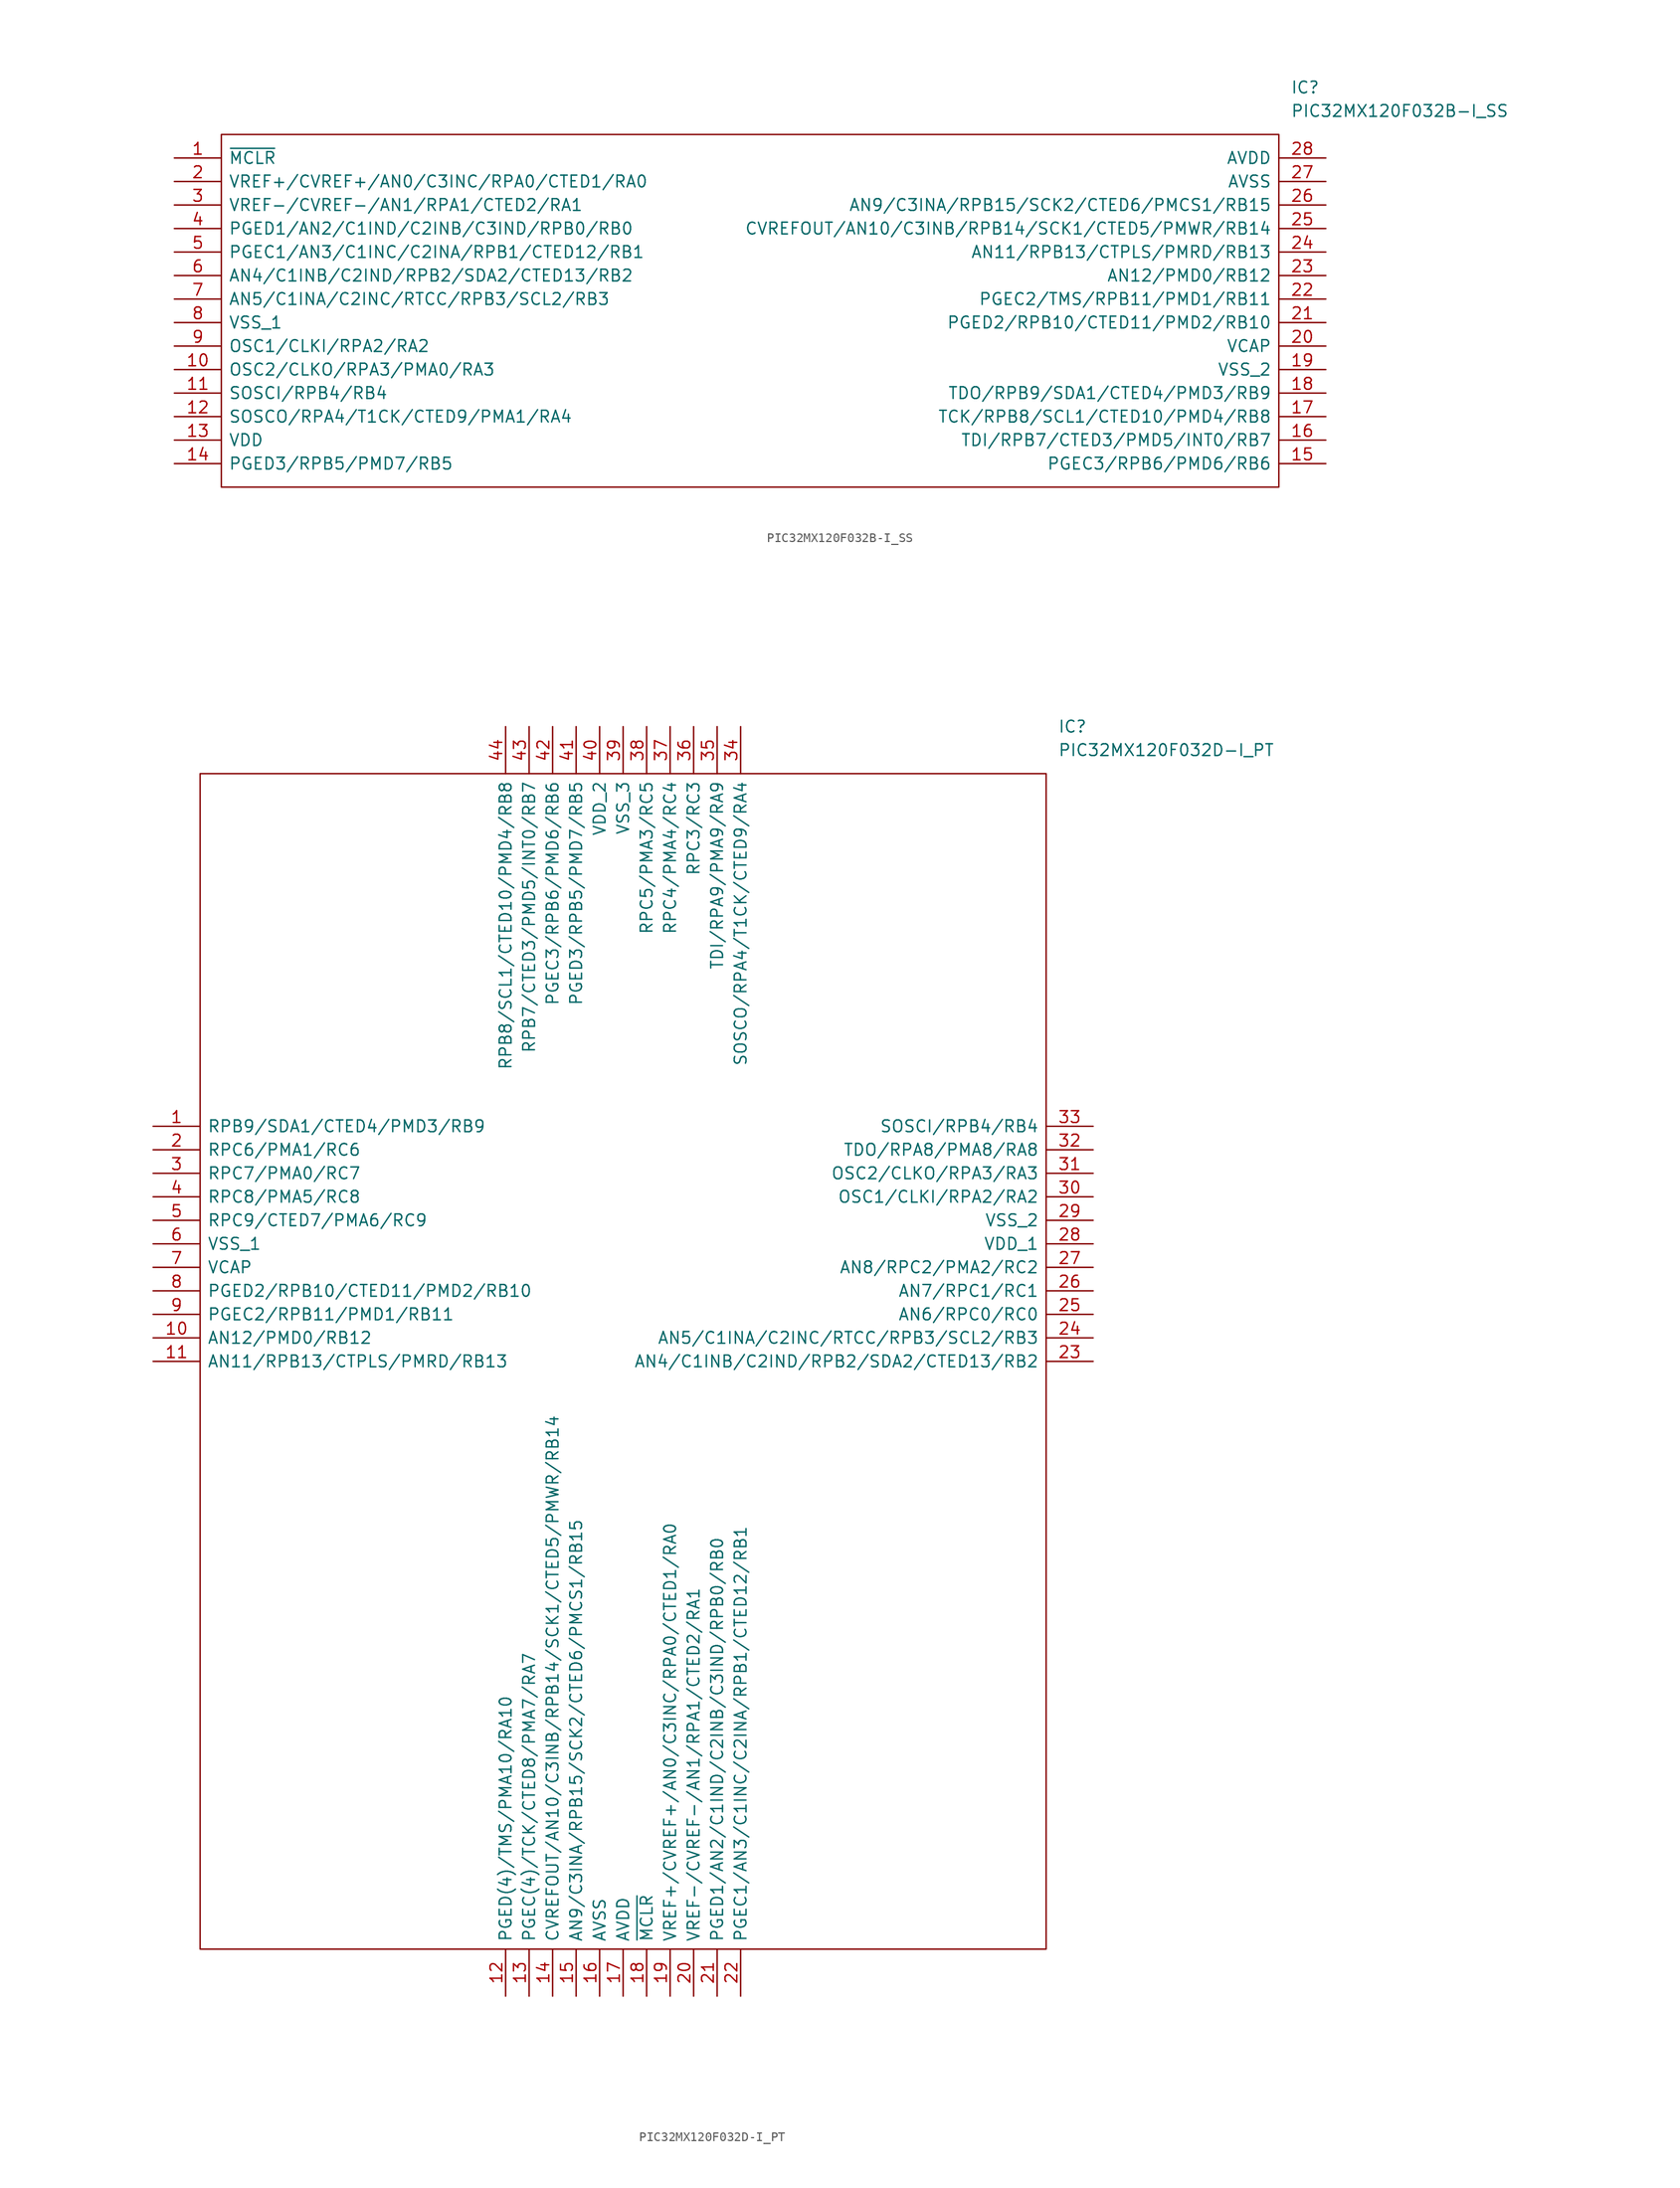
<source format=kicad_sym>
(kicad_symbol_lib
  (version 20211014)
  (generator kicad_symbol_editor)
  (symbol "PIC32MX120F032B-I_SS"
    (pin_names
      (offset 0.762))
    (property "Reference" "IC"
      (at 120.65 7.62 0)
      (effects (font (size 1.27 1.27)) (justify left)))
    (property "Value" "PIC32MX120F032B-I_SS"
      (at 120.65 5.08 0)
      (effects (font (size 1.27 1.27)) (justify left)))
    (symbol "PIC32MX120F032B-I_SS_0_0"
      (pin passive line (at 0 0 0) (length 5.08) (name "~{MCLR}" (effects (font (size 1.27 1.27)))) (number "1" (effects (font (size 1.27 1.27)))))
      (pin passive line (at 0 -22.86 0) (length 5.08) (name "OSC2/CLKO/RPA3/PMA0/RA3" (effects (font (size 1.27 1.27)))) (number "10" (effects (font (size 1.27 1.27)))))
      (pin passive line (at 0 -25.4 0) (length 5.08) (name "SOSCI/RPB4/RB4" (effects (font (size 1.27 1.27)))) (number "11" (effects (font (size 1.27 1.27)))))
      (pin passive line (at 0 -27.94 0) (length 5.08) (name "SOSCO/RPA4/T1CK/CTED9/PMA1/RA4" (effects (font (size 1.27 1.27)))) (number "12" (effects (font (size 1.27 1.27)))))
      (pin passive line (at 0 -30.48 0) (length 5.08) (name "VDD" (effects (font (size 1.27 1.27)))) (number "13" (effects (font (size 1.27 1.27)))))
      (pin passive line (at 0 -33.02 0) (length 5.08) (name "PGED3/RPB5/PMD7/RB5" (effects (font (size 1.27 1.27)))) (number "14" (effects (font (size 1.27 1.27)))))
      (pin passive line (at 124.46 -33.02 180) (length 5.08) (name "PGEC3/RPB6/PMD6/RB6" (effects (font (size 1.27 1.27)))) (number "15" (effects (font (size 1.27 1.27)))))
      (pin passive line (at 124.46 -30.48 180) (length 5.08) (name "TDI/RPB7/CTED3/PMD5/INT0/RB7" (effects (font (size 1.27 1.27)))) (number "16" (effects (font (size 1.27 1.27)))))
      (pin passive line (at 124.46 -27.94 180) (length 5.08) (name "TCK/RPB8/SCL1/CTED10/PMD4/RB8" (effects (font (size 1.27 1.27)))) (number "17" (effects (font (size 1.27 1.27)))))
      (pin passive line (at 124.46 -25.4 180) (length 5.08) (name "TDO/RPB9/SDA1/CTED4/PMD3/RB9" (effects (font (size 1.27 1.27)))) (number "18" (effects (font (size 1.27 1.27)))))
      (pin passive line (at 124.46 -22.86 180) (length 5.08) (name "VSS_2" (effects (font (size 1.27 1.27)))) (number "19" (effects (font (size 1.27 1.27)))))
      (pin passive line (at 0 -2.54 0) (length 5.08) (name "VREF+/CVREF+/AN0/C3INC/RPA0/CTED1/RA0" (effects (font (size 1.27 1.27)))) (number "2" (effects (font (size 1.27 1.27)))))
      (pin passive line (at 124.46 -20.32 180) (length 5.08) (name "VCAP" (effects (font (size 1.27 1.27)))) (number "20" (effects (font (size 1.27 1.27)))))
      (pin passive line (at 124.46 -17.78 180) (length 5.08) (name "PGED2/RPB10/CTED11/PMD2/RB10" (effects (font (size 1.27 1.27)))) (number "21" (effects (font (size 1.27 1.27)))))
      (pin passive line (at 124.46 -15.24 180) (length 5.08) (name "PGEC2/TMS/RPB11/PMD1/RB11" (effects (font (size 1.27 1.27)))) (number "22" (effects (font (size 1.27 1.27)))))
      (pin passive line (at 124.46 -12.7 180) (length 5.08) (name "AN12/PMD0/RB12" (effects (font (size 1.27 1.27)))) (number "23" (effects (font (size 1.27 1.27)))))
      (pin passive line (at 124.46 -10.16 180) (length 5.08) (name "AN11/RPB13/CTPLS/PMRD/RB13" (effects (font (size 1.27 1.27)))) (number "24" (effects (font (size 1.27 1.27)))))
      (pin passive line (at 124.46 -7.62 180) (length 5.08) (name "CVREFOUT/AN10/C3INB/RPB14/SCK1/CTED5/PMWR/RB14" (effects (font (size 1.27 1.27)))) (number "25" (effects (font (size 1.27 1.27)))))
      (pin passive line (at 124.46 -5.08 180) (length 5.08) (name "AN9/C3INA/RPB15/SCK2/CTED6/PMCS1/RB15" (effects (font (size 1.27 1.27)))) (number "26" (effects (font (size 1.27 1.27)))))
      (pin passive line (at 124.46 -2.54 180) (length 5.08) (name "AVSS" (effects (font (size 1.27 1.27)))) (number "27" (effects (font (size 1.27 1.27)))))
      (pin passive line (at 124.46 0 180) (length 5.08) (name "AVDD" (effects (font (size 1.27 1.27)))) (number "28" (effects (font (size 1.27 1.27)))))
      (pin passive line (at 0 -5.08 0) (length 5.08) (name "VREF-/CVREF-/AN1/RPA1/CTED2/RA1" (effects (font (size 1.27 1.27)))) (number "3" (effects (font (size 1.27 1.27)))))
      (pin passive line (at 0 -7.62 0) (length 5.08) (name "PGED1/AN2/C1IND/C2INB/C3IND/RPB0/RB0" (effects (font (size 1.27 1.27)))) (number "4" (effects (font (size 1.27 1.27)))))
      (pin passive line (at 0 -10.16 0) (length 5.08) (name "PGEC1/AN3/C1INC/C2INA/RPB1/CTED12/RB1" (effects (font (size 1.27 1.27)))) (number "5" (effects (font (size 1.27 1.27)))))
      (pin passive line (at 0 -12.7 0) (length 5.08) (name "AN4/C1INB/C2IND/RPB2/SDA2/CTED13/RB2" (effects (font (size 1.27 1.27)))) (number "6" (effects (font (size 1.27 1.27)))))
      (pin passive line (at 0 -15.24 0) (length 5.08) (name "AN5/C1INA/C2INC/RTCC/RPB3/SCL2/RB3" (effects (font (size 1.27 1.27)))) (number "7" (effects (font (size 1.27 1.27)))))
      (pin passive line (at 0 -17.78 0) (length 5.08) (name "VSS_1" (effects (font (size 1.27 1.27)))) (number "8" (effects (font (size 1.27 1.27)))))
      (pin passive line (at 0 -20.32 0) (length 5.08) (name "OSC1/CLKI/RPA2/RA2" (effects (font (size 1.27 1.27)))) (number "9" (effects (font (size 1.27 1.27))))))
    (symbol "PIC32MX120F032B-I_SS_0_1"
      (polyline (pts (xy 5.08 2.54) (xy 119.38 2.54) (xy 119.38 -35.56) (xy 5.08 -35.56) (xy 5.08 2.54)) (stroke (width 0.152) (type default) (color 0 0 0 0)) (fill (type none)))))
  (symbol "PIC32MX120F032D-I_PT"
    (pin_names
      (offset 0.762))
    (property "Reference" "IC"
      (at 97.79 43.18 0)
      (effects (font (size 1.27 1.27)) (justify left)))
    (property "Value" "PIC32MX120F032D-I_PT"
      (at 97.79 40.64 0)
      (effects (font (size 1.27 1.27)) (justify left)))
    (symbol "PIC32MX120F032D-I_PT_0_0"
      (pin passive line (at 0 0 0) (length 5.08) (name "RPB9/SDA1/CTED4/PMD3/RB9" (effects (font (size 1.27 1.27)))) (number "1" (effects (font (size 1.27 1.27)))))
      (pin passive line (at 0 -22.86 0) (length 5.08) (name "AN12/PMD0/RB12" (effects (font (size 1.27 1.27)))) (number "10" (effects (font (size 1.27 1.27)))))
      (pin passive line (at 0 -25.4 0) (length 5.08) (name "AN11/RPB13/CTPLS/PMRD/RB13" (effects (font (size 1.27 1.27)))) (number "11" (effects (font (size 1.27 1.27)))))
      (pin passive line (at 38.1 -93.98 90) (length 5.08) (name "PGED(4)/TMS/PMA10/RA10" (effects (font (size 1.27 1.27)))) (number "12" (effects (font (size 1.27 1.27)))))
      (pin passive line (at 40.64 -93.98 90) (length 5.08) (name "PGEC(4)/TCK/CTED8/PMA7/RA7" (effects (font (size 1.27 1.27)))) (number "13" (effects (font (size 1.27 1.27)))))
      (pin passive line (at 43.18 -93.98 90) (length 5.08) (name "CVREFOUT/AN10/C3INB/RPB14/SCK1/CTED5/PMWR/RB14" (effects (font (size 1.27 1.27)))) (number "14" (effects (font (size 1.27 1.27)))))
      (pin passive line (at 45.72 -93.98 90) (length 5.08) (name "AN9/C3INA/RPB15/SCK2/CTED6/PMCS1/RB15" (effects (font (size 1.27 1.27)))) (number "15" (effects (font (size 1.27 1.27)))))
      (pin passive line (at 48.26 -93.98 90) (length 5.08) (name "AVSS" (effects (font (size 1.27 1.27)))) (number "16" (effects (font (size 1.27 1.27)))))
      (pin passive line (at 50.8 -93.98 90) (length 5.08) (name "AVDD" (effects (font (size 1.27 1.27)))) (number "17" (effects (font (size 1.27 1.27)))))
      (pin passive line (at 53.34 -93.98 90) (length 5.08) (name "~{MCLR}" (effects (font (size 1.27 1.27)))) (number "18" (effects (font (size 1.27 1.27)))))
      (pin passive line (at 55.88 -93.98 90) (length 5.08) (name "VREF+/CVREF+/AN0/C3INC/RPA0/CTED1/RA0" (effects (font (size 1.27 1.27)))) (number "19" (effects (font (size 1.27 1.27)))))
      (pin passive line (at 0 -2.54 0) (length 5.08) (name "RPC6/PMA1/RC6" (effects (font (size 1.27 1.27)))) (number "2" (effects (font (size 1.27 1.27)))))
      (pin passive line (at 58.42 -93.98 90) (length 5.08) (name "VREF-/CVREF-/AN1/RPA1/CTED2/RA1" (effects (font (size 1.27 1.27)))) (number "20" (effects (font (size 1.27 1.27)))))
      (pin passive line (at 60.96 -93.98 90) (length 5.08) (name "PGED1/AN2/C1IND/C2INB/C3IND/RPB0/RB0" (effects (font (size 1.27 1.27)))) (number "21" (effects (font (size 1.27 1.27)))))
      (pin passive line (at 63.5 -93.98 90) (length 5.08) (name "PGEC1/AN3/C1INC/C2INA/RPB1/CTED12/RB1" (effects (font (size 1.27 1.27)))) (number "22" (effects (font (size 1.27 1.27)))))
      (pin passive line (at 101.6 -25.4 180) (length 5.08) (name "AN4/C1INB/C2IND/RPB2/SDA2/CTED13/RB2" (effects (font (size 1.27 1.27)))) (number "23" (effects (font (size 1.27 1.27)))))
      (pin passive line (at 101.6 -22.86 180) (length 5.08) (name "AN5/C1INA/C2INC/RTCC/RPB3/SCL2/RB3" (effects (font (size 1.27 1.27)))) (number "24" (effects (font (size 1.27 1.27)))))
      (pin passive line (at 101.6 -20.32 180) (length 5.08) (name "AN6/RPC0/RC0" (effects (font (size 1.27 1.27)))) (number "25" (effects (font (size 1.27 1.27)))))
      (pin passive line (at 101.6 -17.78 180) (length 5.08) (name "AN7/RPC1/RC1" (effects (font (size 1.27 1.27)))) (number "26" (effects (font (size 1.27 1.27)))))
      (pin passive line (at 101.6 -15.24 180) (length 5.08) (name "AN8/RPC2/PMA2/RC2" (effects (font (size 1.27 1.27)))) (number "27" (effects (font (size 1.27 1.27)))))
      (pin passive line (at 101.6 -12.7 180) (length 5.08) (name "VDD_1" (effects (font (size 1.27 1.27)))) (number "28" (effects (font (size 1.27 1.27)))))
      (pin passive line (at 101.6 -10.16 180) (length 5.08) (name "VSS_2" (effects (font (size 1.27 1.27)))) (number "29" (effects (font (size 1.27 1.27)))))
      (pin passive line (at 0 -5.08 0) (length 5.08) (name "RPC7/PMA0/RC7" (effects (font (size 1.27 1.27)))) (number "3" (effects (font (size 1.27 1.27)))))
      (pin passive line (at 101.6 -7.62 180) (length 5.08) (name "OSC1/CLKI/RPA2/RA2" (effects (font (size 1.27 1.27)))) (number "30" (effects (font (size 1.27 1.27)))))
      (pin passive line (at 101.6 -5.08 180) (length 5.08) (name "OSC2/CLKO/RPA3/RA3" (effects (font (size 1.27 1.27)))) (number "31" (effects (font (size 1.27 1.27)))))
      (pin passive line (at 101.6 -2.54 180) (length 5.08) (name "TDO/RPA8/PMA8/RA8" (effects (font (size 1.27 1.27)))) (number "32" (effects (font (size 1.27 1.27)))))
      (pin passive line (at 101.6 0 180) (length 5.08) (name "SOSCI/RPB4/RB4" (effects (font (size 1.27 1.27)))) (number "33" (effects (font (size 1.27 1.27)))))
      (pin passive line (at 63.5 43.18 270) (length 5.08) (name "SOSCO/RPA4/T1CK/CTED9/RA4" (effects (font (size 1.27 1.27)))) (number "34" (effects (font (size 1.27 1.27)))))
      (pin passive line (at 60.96 43.18 270) (length 5.08) (name "TDI/RPA9/PMA9/RA9" (effects (font (size 1.27 1.27)))) (number "35" (effects (font (size 1.27 1.27)))))
      (pin passive line (at 58.42 43.18 270) (length 5.08) (name "RPC3/RC3" (effects (font (size 1.27 1.27)))) (number "36" (effects (font (size 1.27 1.27)))))
      (pin passive line (at 55.88 43.18 270) (length 5.08) (name "RPC4/PMA4/RC4" (effects (font (size 1.27 1.27)))) (number "37" (effects (font (size 1.27 1.27)))))
      (pin passive line (at 53.34 43.18 270) (length 5.08) (name "RPC5/PMA3/RC5" (effects (font (size 1.27 1.27)))) (number "38" (effects (font (size 1.27 1.27)))))
      (pin passive line (at 50.8 43.18 270) (length 5.08) (name "VSS_3" (effects (font (size 1.27 1.27)))) (number "39" (effects (font (size 1.27 1.27)))))
      (pin passive line (at 0 -7.62 0) (length 5.08) (name "RPC8/PMA5/RC8" (effects (font (size 1.27 1.27)))) (number "4" (effects (font (size 1.27 1.27)))))
      (pin passive line (at 48.26 43.18 270) (length 5.08) (name "VDD_2" (effects (font (size 1.27 1.27)))) (number "40" (effects (font (size 1.27 1.27)))))
      (pin passive line (at 45.72 43.18 270) (length 5.08) (name "PGED3/RPB5/PMD7/RB5" (effects (font (size 1.27 1.27)))) (number "41" (effects (font (size 1.27 1.27)))))
      (pin passive line (at 43.18 43.18 270) (length 5.08) (name "PGEC3/RPB6/PMD6/RB6" (effects (font (size 1.27 1.27)))) (number "42" (effects (font (size 1.27 1.27)))))
      (pin passive line (at 40.64 43.18 270) (length 5.08) (name "RPB7/CTED3/PMD5/INT0/RB7" (effects (font (size 1.27 1.27)))) (number "43" (effects (font (size 1.27 1.27)))))
      (pin passive line (at 38.1 43.18 270) (length 5.08) (name "RPB8/SCL1/CTED10/PMD4/RB8" (effects (font (size 1.27 1.27)))) (number "44" (effects (font (size 1.27 1.27)))))
      (pin passive line (at 0 -10.16 0) (length 5.08) (name "RPC9/CTED7/PMA6/RC9" (effects (font (size 1.27 1.27)))) (number "5" (effects (font (size 1.27 1.27)))))
      (pin passive line (at 0 -12.7 0) (length 5.08) (name "VSS_1" (effects (font (size 1.27 1.27)))) (number "6" (effects (font (size 1.27 1.27)))))
      (pin passive line (at 0 -15.24 0) (length 5.08) (name "VCAP" (effects (font (size 1.27 1.27)))) (number "7" (effects (font (size 1.27 1.27)))))
      (pin passive line (at 0 -17.78 0) (length 5.08) (name "PGED2/RPB10/CTED11/PMD2/RB10" (effects (font (size 1.27 1.27)))) (number "8" (effects (font (size 1.27 1.27)))))
      (pin passive line (at 0 -20.32 0) (length 5.08) (name "PGEC2/RPB11/PMD1/RB11" (effects (font (size 1.27 1.27)))) (number "9" (effects (font (size 1.27 1.27))))))
    (symbol "PIC32MX120F032D-I_PT_0_1"
      (polyline (pts (xy 5.08 38.1) (xy 96.52 38.1) (xy 96.52 -88.9) (xy 5.08 -88.9) (xy 5.08 38.1)) (stroke (width 0.152) (type default) (color 0 0 0 0)) (fill (type none))))))
</source>
